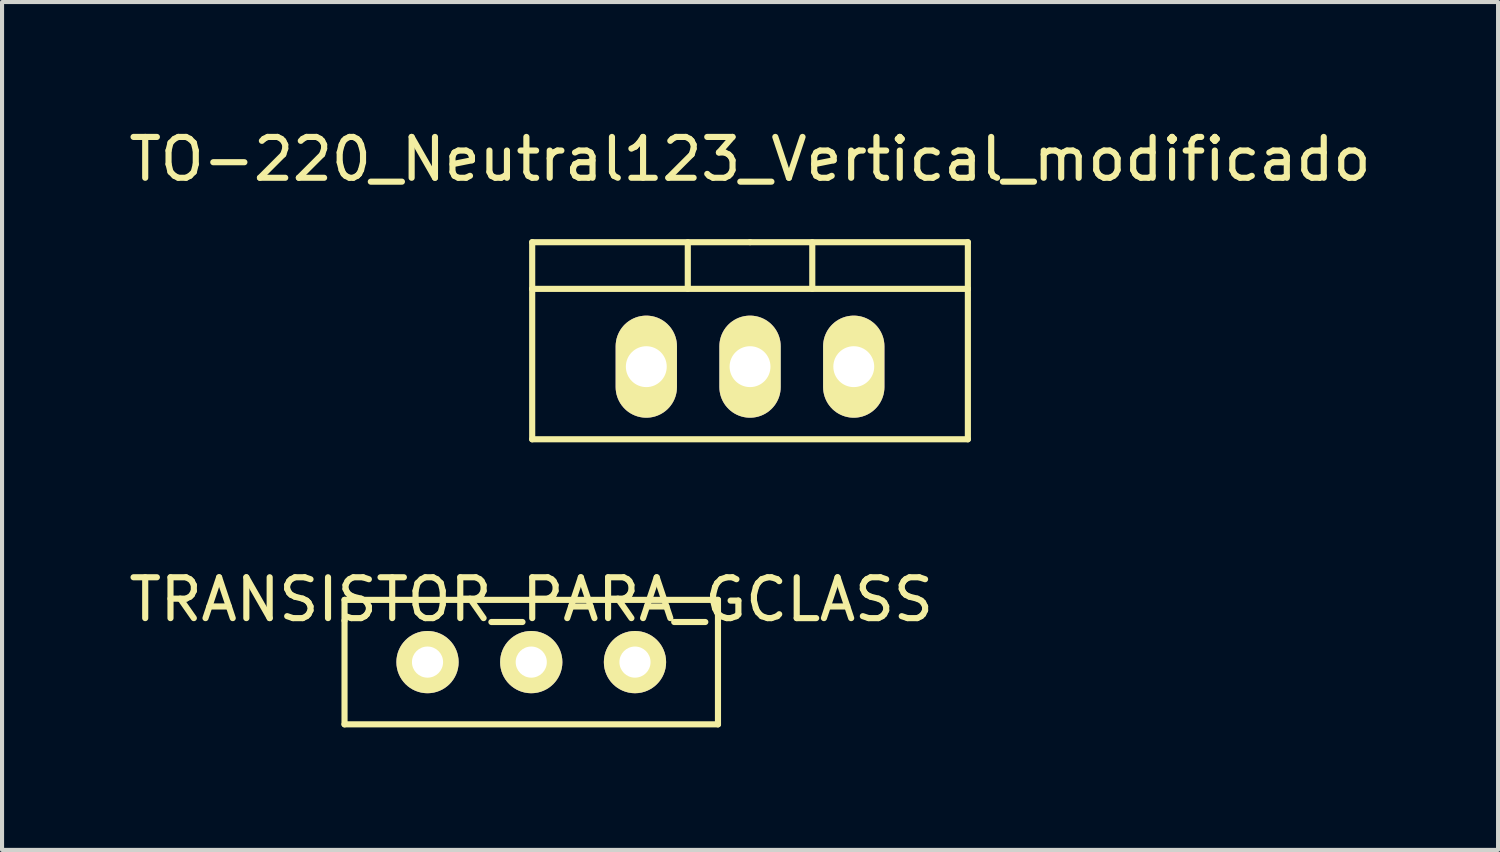
<source format=kicad_pcb>
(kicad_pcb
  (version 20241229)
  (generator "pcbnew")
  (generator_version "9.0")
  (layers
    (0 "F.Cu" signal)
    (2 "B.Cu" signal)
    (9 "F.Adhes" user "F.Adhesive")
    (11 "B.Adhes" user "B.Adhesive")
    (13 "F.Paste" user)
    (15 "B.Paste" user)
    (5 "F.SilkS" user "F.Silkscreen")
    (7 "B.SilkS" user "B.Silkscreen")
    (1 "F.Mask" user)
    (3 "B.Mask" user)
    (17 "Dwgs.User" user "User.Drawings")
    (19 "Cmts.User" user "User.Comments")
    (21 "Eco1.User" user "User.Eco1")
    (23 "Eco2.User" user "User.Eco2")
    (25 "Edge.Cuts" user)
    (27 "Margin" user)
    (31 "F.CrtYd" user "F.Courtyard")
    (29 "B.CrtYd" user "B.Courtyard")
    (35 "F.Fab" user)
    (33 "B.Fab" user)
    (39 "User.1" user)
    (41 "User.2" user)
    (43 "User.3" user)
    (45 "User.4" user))
  (footprint "TRANSISTOR_PARA_GCLASS"
    (layer "F.Cu")
    (at 9.958 11.13)
    (property "Reference" "TRANSISTOR_PARA_GCLASS" (at 0 0.5 0) (layer "F.SilkS") (effects (font (size 1 1) (thickness 0.15))))
    (attr through_hole)
    (fp_line (start -4.572 0.508) (end -4.572 1.016) (stroke (width 0.15) (type solid)) (layer "F.SilkS"))
    (fp_line (start -4.572 1.016) (end -4.572 3.556) (stroke (width 0.15) (type solid)) (layer "F.SilkS"))
    (fp_line (start -4.572 3.556) (end 4.572 3.556) (stroke (width 0.15) (type solid)) (layer "F.SilkS"))
    (fp_line (start 4.572 0.508) (end -4.572 0.508) (stroke (width 0.15) (type solid)) (layer "F.SilkS"))
    (fp_line (start 4.572 3.556) (end 4.572 0.508) (stroke (width 0.15) (type solid)) (layer "F.SilkS"))
    (pad "" np_thru_hole circle (at -2.54 2.032) (size 1.524 1.524) (drill 0.762) (layers "*.Cu" "*.Mask" "F.SilkS"))
    (pad "" np_thru_hole circle (at 0 2.032) (size 1.524 1.524) (drill 0.762) (layers "*.Cu" "*.Mask" "F.SilkS"))
    (pad "" np_thru_hole circle (at 2.54 2.032) (size 1.524 1.524) (drill 0.762) (layers "*.Cu" "*.Mask" "F.SilkS")))
  (footprint "TO-220_Neutral123_Vertical_modificado"
    (layer "F.Cu")
    (at 15.315 5.928)
    (property "Reference" "TO-220_Neutral123_Vertical_modificado" (at 0 -5.08 0) (layer "F.SilkS") (effects (font (size 1 1) (thickness 0.15))))
    (attr through_hole)
    (fp_line (start -5.334 -1.905) (end -5.334 -3.048) (stroke (width 0.15) (type solid)) (layer "F.SilkS"))
    (fp_line (start -5.334 1.778) (end -5.334 -1.905) (stroke (width 0.15) (type solid)) (layer "F.SilkS"))
    (fp_line (start -1.524 -3.048) (end -1.524 -1.905) (stroke (width 0.15) (type solid)) (layer "F.SilkS"))
    (fp_line (start 0 -3.048) (end -5.334 -3.048) (stroke (width 0.15) (type solid)) (layer "F.SilkS"))
    (fp_line (start 0 -3.048) (end 5.334 -3.048) (stroke (width 0.15) (type solid)) (layer "F.SilkS"))
    (fp_line (start 1.524 -3.048) (end 1.524 -1.905) (stroke (width 0.15) (type solid)) (layer "F.SilkS"))
    (fp_line (start 5.334 -3.048) (end 5.334 -1.905) (stroke (width 0.15) (type solid)) (layer "F.SilkS"))
    (fp_line (start 5.334 -1.905) (end -5.334 -1.905) (stroke (width 0.15) (type solid)) (layer "F.SilkS"))
    (fp_line (start 5.334 -1.905) (end 5.334 1.778) (stroke (width 0.15) (type solid)) (layer "F.SilkS"))
    (fp_line (start 5.334 1.778) (end -5.334 1.778) (stroke (width 0.15) (type solid)) (layer "F.SilkS"))
    (pad "" np_thru_hole oval (at -2.54 0 90) (size 2.499 1.501) (drill 1.001) (layers "*.Cu" "*.Mask" "F.SilkS"))
    (pad "" np_thru_hole oval (at 0 0 90) (size 2.499 1.501) (drill 1.001) (layers "*.Cu" "*.Mask" "F.SilkS"))
    (pad "" np_thru_hole oval (at 2.54 0 90) (size 2.499 1.501) (drill 1.001) (layers "*.Cu" "*.Mask" "F.SilkS")))
  (gr_rect
    (start -3 -3)
    (end 33.631 17.761)
    (stroke (width 0.1) (type default))
    (fill no)
    (layer "Edge.Cuts")))
</source>
